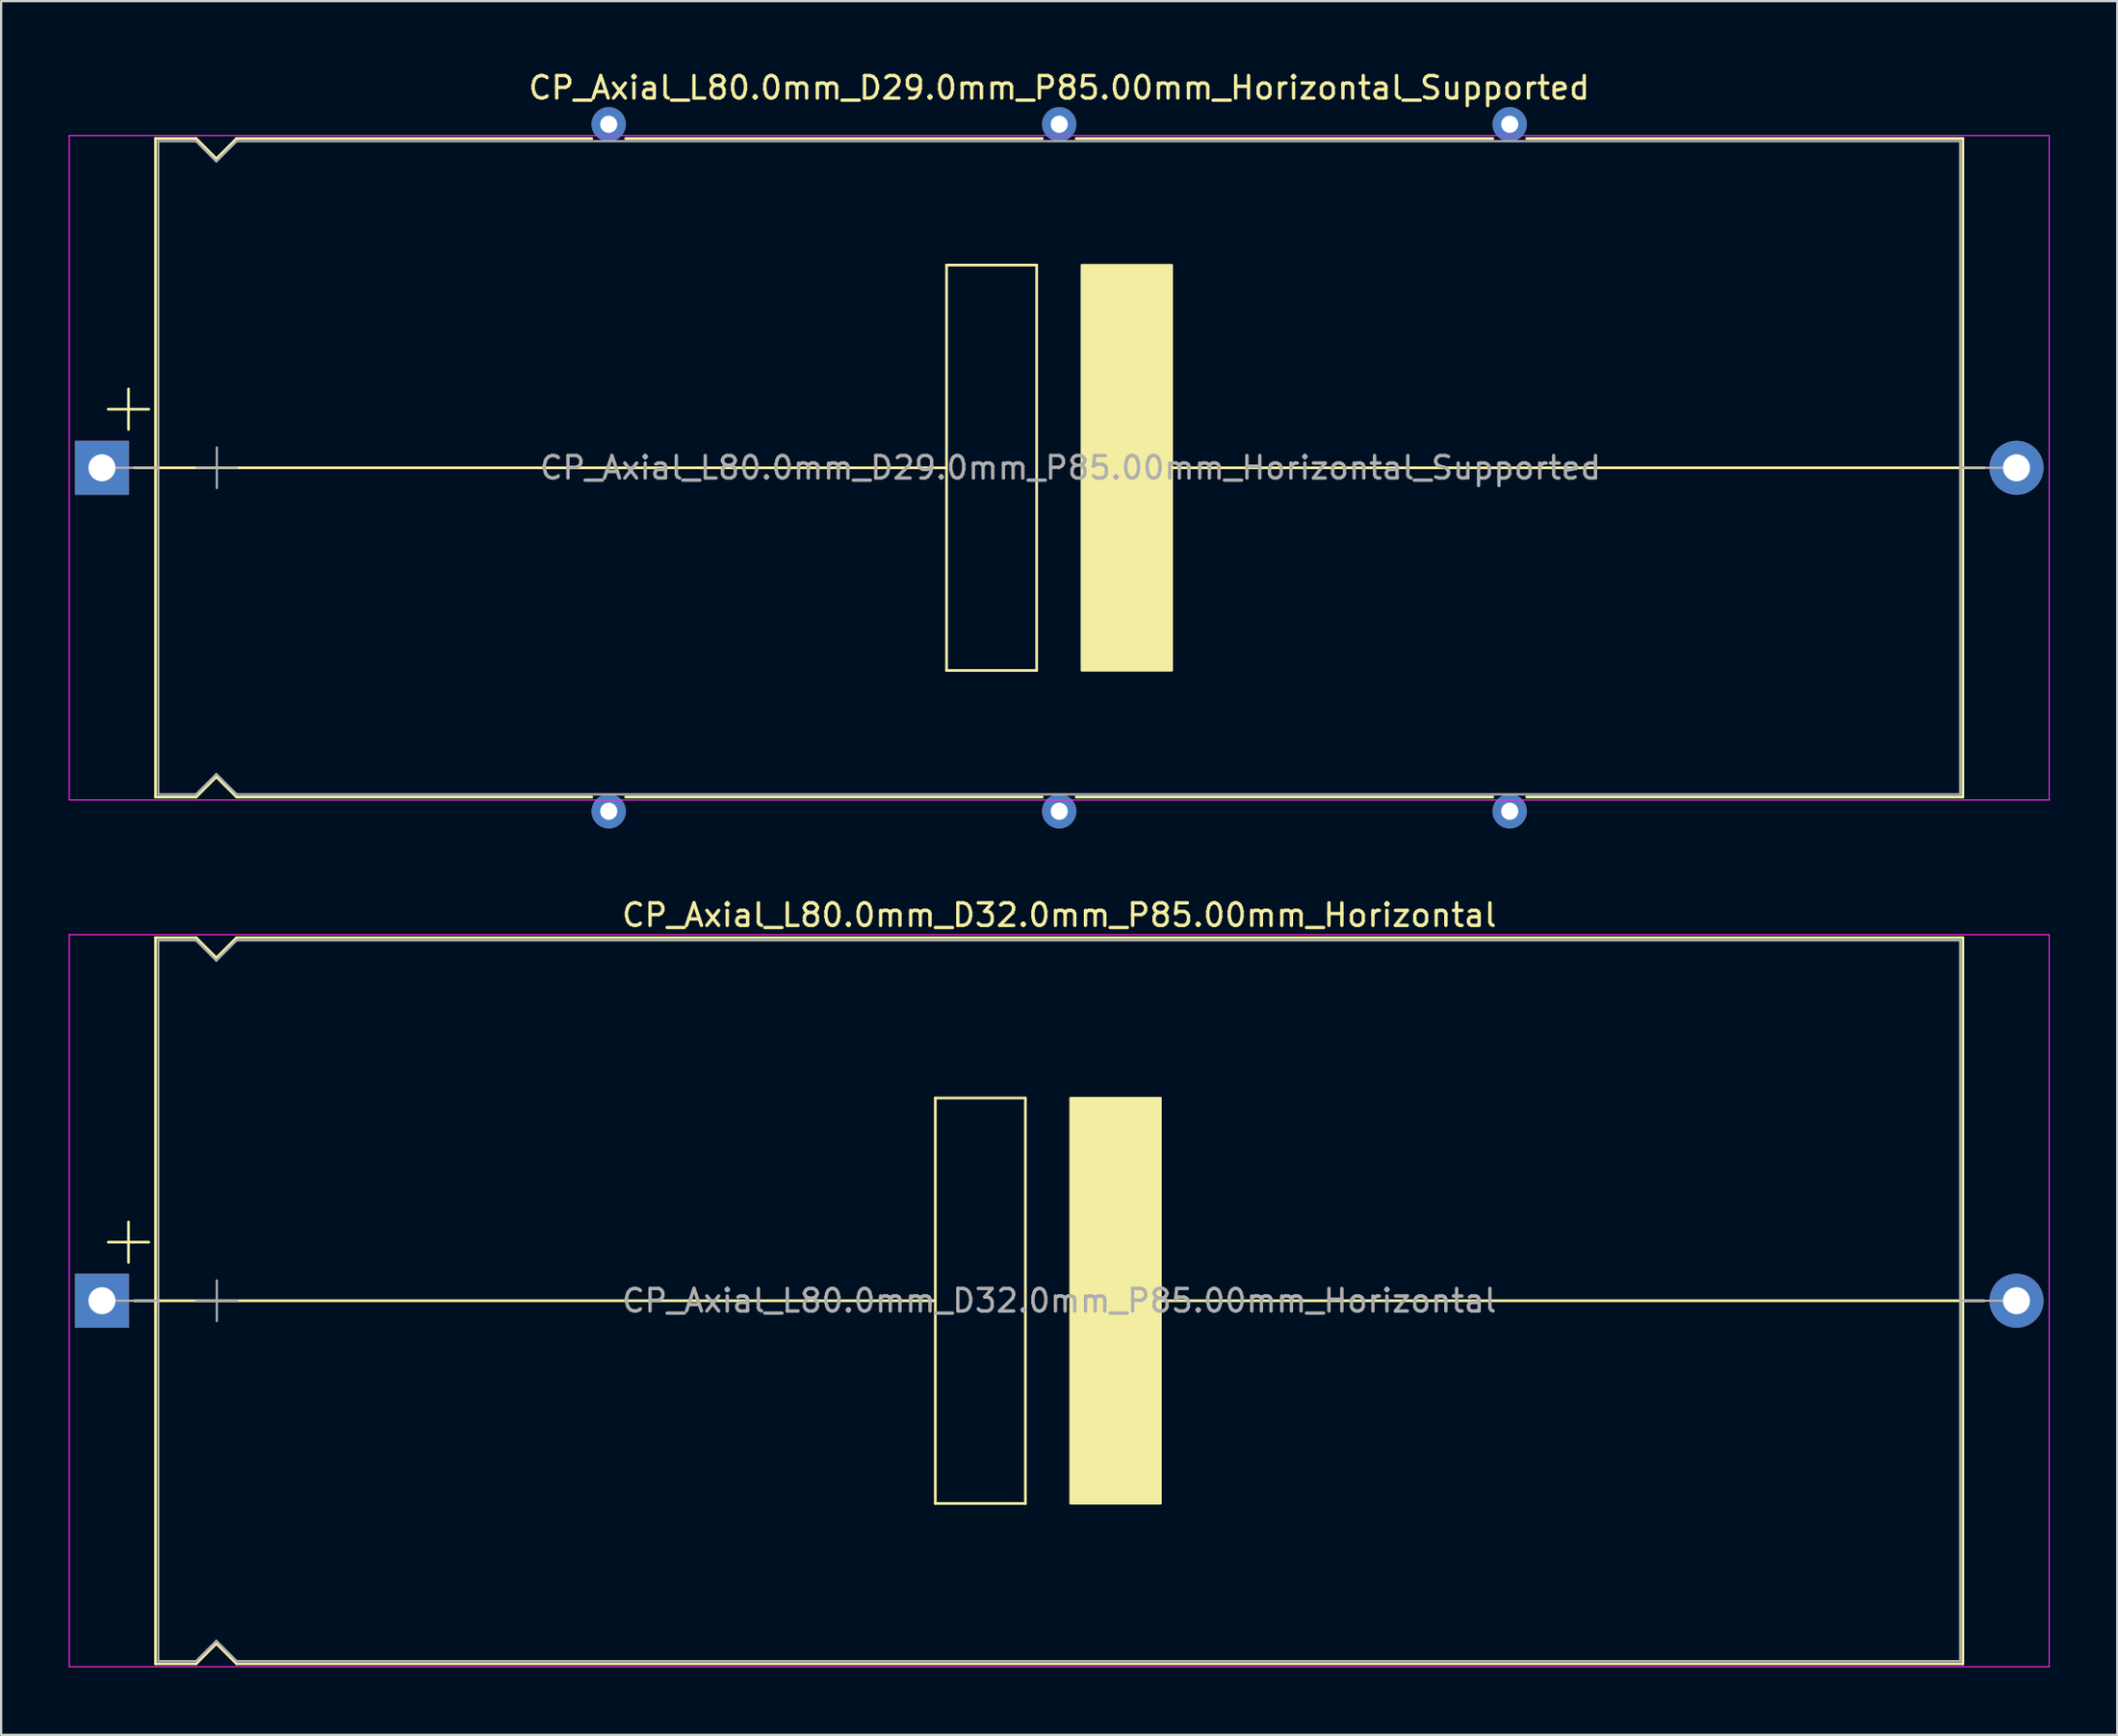
<source format=kicad_pcb>
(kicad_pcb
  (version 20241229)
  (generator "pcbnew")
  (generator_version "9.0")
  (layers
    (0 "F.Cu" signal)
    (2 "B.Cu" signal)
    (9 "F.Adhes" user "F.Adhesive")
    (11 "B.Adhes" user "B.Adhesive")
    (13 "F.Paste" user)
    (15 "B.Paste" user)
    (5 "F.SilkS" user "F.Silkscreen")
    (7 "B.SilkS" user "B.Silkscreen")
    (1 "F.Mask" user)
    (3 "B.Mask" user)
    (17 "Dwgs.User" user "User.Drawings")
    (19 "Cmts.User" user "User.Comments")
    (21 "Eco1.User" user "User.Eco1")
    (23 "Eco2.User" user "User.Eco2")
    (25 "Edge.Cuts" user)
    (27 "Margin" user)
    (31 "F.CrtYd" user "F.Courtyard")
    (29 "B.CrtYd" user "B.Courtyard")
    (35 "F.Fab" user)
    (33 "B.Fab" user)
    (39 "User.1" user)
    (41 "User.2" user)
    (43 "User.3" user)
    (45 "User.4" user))
  (footprint "CP_Axial_L80.0mm_D32.0mm_P85.00mm_Horizontal"
    (layer "F.Cu")
    (at 1.475 54.699)
    (property "Reference" "CP_Axial_L80.0mm_D32.0mm_P85.00mm_Horizontal" (at 42.5 -17.12 0) (layer "F.SilkS") (effects (font (size 1 1) (thickness 0.15))))
    (attr through_hole)
    (fp_line (start 0.28 -2.6) (end 2.08 -2.6) (stroke (width 0.12) (type solid)) (layer "F.SilkS"))
    (fp_line (start 1.18 -3.5) (end 1.18 -1.7) (stroke (width 0.12) (type solid)) (layer "F.SilkS"))
    (fp_line (start 1.44 0) (end 2.38 0) (stroke (width 0.12) (type solid)) (layer "F.SilkS"))
    (fp_line (start 2.38 -16.12) (end 2.38 16.12) (stroke (width 0.12) (type solid)) (layer "F.SilkS"))
    (fp_line (start 2.38 -16.12) (end 4.18 -16.12) (stroke (width 0.12) (type solid)) (layer "F.SilkS"))
    (fp_line (start 2.38 0) (end 37 0) (stroke (width 0.12) (type solid)) (layer "F.SilkS"))
    (fp_line (start 2.38 16.12) (end 4.18 16.12) (stroke (width 0.12) (type solid)) (layer "F.SilkS"))
    (fp_line (start 4.18 -16.12) (end 5.08 -15.22) (stroke (width 0.12) (type solid)) (layer "F.SilkS"))
    (fp_line (start 4.18 16.12) (end 5.08 15.22) (stroke (width 0.12) (type solid)) (layer "F.SilkS"))
    (fp_line (start 5.08 -15.22) (end 5.98 -16.12) (stroke (width 0.12) (type solid)) (layer "F.SilkS"))
    (fp_line (start 5.08 15.22) (end 5.98 16.12) (stroke (width 0.12) (type solid)) (layer "F.SilkS"))
    (fp_line (start 5.98 -16.12) (end 82.62 -16.12) (stroke (width 0.12) (type solid)) (layer "F.SilkS"))
    (fp_line (start 5.98 16.12) (end 82.62 16.12) (stroke (width 0.12) (type solid)) (layer "F.SilkS"))
    (fp_line (start 37 -9) (end 41 -9) (stroke (width 0.12) (type solid)) (layer "F.SilkS"))
    (fp_line (start 37 9) (end 37 -9) (stroke (width 0.12) (type solid)) (layer "F.SilkS"))
    (fp_line (start 41 -9) (end 41 9) (stroke (width 0.12) (type solid)) (layer "F.SilkS"))
    (fp_line (start 41 9) (end 37 9) (stroke (width 0.12) (type solid)) (layer "F.SilkS"))
    (fp_line (start 47 0) (end 82.62 0) (stroke (width 0.12) (type solid)) (layer "F.SilkS"))
    (fp_line (start 82.62 -16.12) (end 82.62 16.12) (stroke (width 0.12) (type solid)) (layer "F.SilkS"))
    (fp_line (start 83.56 0) (end 82.62 0) (stroke (width 0.12) (type solid)) (layer "F.SilkS"))
    (fp_poly (pts (xy 47 9) (xy 43 9) (xy 43 -9) (xy 47 -9)) (stroke (width 0.1) (type solid)) (fill yes) (layer "F.SilkS"))
    (fp_line (start -1.45 -16.25) (end -1.45 16.25) (stroke (width 0.05) (type solid)) (layer "F.CrtYd"))
    (fp_line (start -1.45 16.25) (end 86.45 16.25) (stroke (width 0.05) (type solid)) (layer "F.CrtYd"))
    (fp_line (start 86.45 -16.25) (end -1.45 -16.25) (stroke (width 0.05) (type solid)) (layer "F.CrtYd"))
    (fp_line (start 86.45 16.25) (end 86.45 -16.25) (stroke (width 0.05) (type solid)) (layer "F.CrtYd"))
    (fp_line (start 0 0) (end 2.5 0) (stroke (width 0.1) (type solid)) (layer "F.Fab"))
    (fp_line (start 2.5 -16) (end 2.5 16) (stroke (width 0.1) (type solid)) (layer "F.Fab"))
    (fp_line (start 2.5 -16) (end 4.18 -16) (stroke (width 0.1) (type solid)) (layer "F.Fab"))
    (fp_line (start 2.5 16) (end 4.18 16) (stroke (width 0.1) (type solid)) (layer "F.Fab"))
    (fp_line (start 4.18 -16) (end 5.08 -15.1) (stroke (width 0.1) (type solid)) (layer "F.Fab"))
    (fp_line (start 4.18 16) (end 5.08 15.1) (stroke (width 0.1) (type solid)) (layer "F.Fab"))
    (fp_line (start 4.2 0) (end 6 0) (stroke (width 0.1) (type solid)) (layer "F.Fab"))
    (fp_line (start 5.08 -15.1) (end 5.98 -16) (stroke (width 0.1) (type solid)) (layer "F.Fab"))
    (fp_line (start 5.08 15.1) (end 5.98 16) (stroke (width 0.1) (type solid)) (layer "F.Fab"))
    (fp_line (start 5.1 -0.9) (end 5.1 0.9) (stroke (width 0.1) (type solid)) (layer "F.Fab"))
    (fp_line (start 5.98 -16) (end 82.5 -16) (stroke (width 0.1) (type solid)) (layer "F.Fab"))
    (fp_line (start 5.98 16) (end 82.5 16) (stroke (width 0.1) (type solid)) (layer "F.Fab"))
    (fp_line (start 82.5 -16) (end 82.5 16) (stroke (width 0.1) (type solid)) (layer "F.Fab"))
    (fp_line (start 85 0) (end 82.5 0) (stroke (width 0.1) (type solid)) (layer "F.Fab"))
    (fp_text user "${REFERENCE}" (at 42.5 0 0) (layer "F.Fab") (effects (font (size 1 1) (thickness 0.15))))
    (pad "1" thru_hole rect (at 0 0) (size 2.4 2.4) (drill 1.2) (layers "*.Cu" "*.Mask"))
    (pad "2" thru_hole oval (at 85 0) (size 2.4 2.4) (drill 1.2) (layers "*.Cu" "*.Mask")))
  (footprint "CP_Axial_L80.0mm_D29.0mm_P85.00mm_Horizontal_Supported"
    (layer "F.Cu")
    (at 1.475 17.718)
    (property "Reference" "CP_Axial_L80.0mm_D29.0mm_P85.00mm_Horizontal_Supported" (at 42.5 -16.87 0) (layer "F.SilkS") (effects (font (size 1 1) (thickness 0.15))))
    (attr through_hole)
    (fp_line (start 0.28 -2.6) (end 2.08 -2.6) (stroke (width 0.12) (type solid)) (layer "F.SilkS"))
    (fp_line (start 1.18 -3.5) (end 1.18 -1.7) (stroke (width 0.12) (type solid)) (layer "F.SilkS"))
    (fp_line (start 1.44 0) (end 2.38 0) (stroke (width 0.12) (type solid)) (layer "F.SilkS"))
    (fp_line (start 2.38 -14.62) (end 2.38 14.62) (stroke (width 0.12) (type solid)) (layer "F.SilkS"))
    (fp_line (start 2.38 -14.62) (end 4.18 -14.62) (stroke (width 0.12) (type solid)) (layer "F.SilkS"))
    (fp_line (start 2.38 0) (end 37.5 0) (stroke (width 0.12) (type solid)) (layer "F.SilkS"))
    (fp_line (start 2.38 14.62) (end 4.18 14.62) (stroke (width 0.12) (type solid)) (layer "F.SilkS"))
    (fp_line (start 4.18 -14.62) (end 5.08 -13.72) (stroke (width 0.12) (type solid)) (layer "F.SilkS"))
    (fp_line (start 4.18 14.62) (end 5.08 13.72) (stroke (width 0.12) (type solid)) (layer "F.SilkS"))
    (fp_line (start 5.08 -13.72) (end 5.98 -14.62) (stroke (width 0.12) (type solid)) (layer "F.SilkS"))
    (fp_line (start 5.08 13.72) (end 5.98 14.62) (stroke (width 0.12) (type solid)) (layer "F.SilkS"))
    (fp_line (start 5.98 -14.62) (end 21.75 -14.62) (stroke (width 0.12) (type solid)) (layer "F.SilkS"))
    (fp_line (start 5.98 14.62) (end 21.75 14.62) (stroke (width 0.12) (type solid)) (layer "F.SilkS"))
    (fp_line (start 23.25 -14.62) (end 41.75 -14.62) (stroke (width 0.12) (type solid)) (layer "F.SilkS"))
    (fp_line (start 23.25 14.62) (end 41.75 14.62) (stroke (width 0.12) (type solid)) (layer "F.SilkS"))
    (fp_line (start 37.5 -9) (end 41.5 -9) (stroke (width 0.12) (type solid)) (layer "F.SilkS"))
    (fp_line (start 37.5 9) (end 37.5 -9) (stroke (width 0.12) (type solid)) (layer "F.SilkS"))
    (fp_line (start 41.5 -9) (end 41.5 9) (stroke (width 0.12) (type solid)) (layer "F.SilkS"))
    (fp_line (start 41.5 9) (end 37.5 9) (stroke (width 0.12) (type solid)) (layer "F.SilkS"))
    (fp_line (start 43.25 -14.62) (end 61.75 -14.62) (stroke (width 0.12) (type solid)) (layer "F.SilkS"))
    (fp_line (start 43.25 14.62) (end 61.75 14.62) (stroke (width 0.12) (type solid)) (layer "F.SilkS"))
    (fp_line (start 47 0) (end 82.62 0) (stroke (width 0.12) (type solid)) (layer "F.SilkS"))
    (fp_line (start 63.25 -14.62) (end 82.62 -14.62) (stroke (width 0.12) (type solid)) (layer "F.SilkS"))
    (fp_line (start 63.25 14.62) (end 82.62 14.62) (stroke (width 0.12) (type solid)) (layer "F.SilkS"))
    (fp_line (start 82.62 -14.62) (end 82.62 14.62) (stroke (width 0.12) (type solid)) (layer "F.SilkS"))
    (fp_line (start 83.56 0) (end 82.62 0) (stroke (width 0.12) (type solid)) (layer "F.SilkS"))
    (fp_poly (pts (xy 47.5 9) (xy 43.5 9) (xy 43.5 -9) (xy 47.5 -9)) (stroke (width 0.1) (type solid)) (fill yes) (layer "F.SilkS"))
    (fp_line (start -1.45 -14.75) (end -1.45 14.75) (stroke (width 0.05) (type solid)) (layer "F.CrtYd"))
    (fp_line (start -1.45 14.75) (end 86.45 14.75) (stroke (width 0.05) (type solid)) (layer "F.CrtYd"))
    (fp_line (start 86.45 -14.75) (end -1.45 -14.75) (stroke (width 0.05) (type solid)) (layer "F.CrtYd"))
    (fp_line (start 86.45 14.75) (end 86.45 -14.75) (stroke (width 0.05) (type solid)) (layer "F.CrtYd"))
    (fp_line (start 0 0) (end 2.5 0) (stroke (width 0.1) (type solid)) (layer "F.Fab"))
    (fp_line (start 2.5 -14.5) (end 2.5 14.5) (stroke (width 0.1) (type solid)) (layer "F.Fab"))
    (fp_line (start 2.5 -14.5) (end 4.18 -14.5) (stroke (width 0.1) (type solid)) (layer "F.Fab"))
    (fp_line (start 2.5 14.5) (end 4.18 14.5) (stroke (width 0.1) (type solid)) (layer "F.Fab"))
    (fp_line (start 4.18 -14.5) (end 5.08 -13.6) (stroke (width 0.1) (type solid)) (layer "F.Fab"))
    (fp_line (start 4.18 14.5) (end 5.08 13.6) (stroke (width 0.1) (type solid)) (layer "F.Fab"))
    (fp_line (start 4.2 0) (end 6 0) (stroke (width 0.1) (type solid)) (layer "F.Fab"))
    (fp_line (start 5.08 -13.6) (end 5.98 -14.5) (stroke (width 0.1) (type solid)) (layer "F.Fab"))
    (fp_line (start 5.08 13.6) (end 5.98 14.5) (stroke (width 0.1) (type solid)) (layer "F.Fab"))
    (fp_line (start 5.1 -0.9) (end 5.1 0.9) (stroke (width 0.1) (type solid)) (layer "F.Fab"))
    (fp_line (start 5.98 -14.5) (end 82.5 -14.5) (stroke (width 0.1) (type solid)) (layer "F.Fab"))
    (fp_line (start 5.98 14.5) (end 82.5 14.5) (stroke (width 0.1) (type solid)) (layer "F.Fab"))
    (fp_line (start 82.5 -14.5) (end 82.5 14.5) (stroke (width 0.1) (type solid)) (layer "F.Fab"))
    (fp_line (start 85 0) (end 82.5 0) (stroke (width 0.1) (type solid)) (layer "F.Fab"))
    (fp_text user "${REFERENCE}" (at 43 0 0) (layer "F.Fab") (effects (font (size 1 1) (thickness 0.15))))
    (pad "" thru_hole circle (at 22.5 -15.25) (size 1.524 1.524) (drill 0.762) (layers "*.Cu" "*.Mask"))
    (pad "" thru_hole circle (at 22.5 15.25) (size 1.524 1.524) (drill 0.762) (layers "*.Cu" "*.Mask"))
    (pad "" thru_hole circle (at 42.5 -15.25) (size 1.524 1.524) (drill 0.762) (layers "*.Cu" "*.Mask"))
    (pad "" thru_hole circle (at 42.5 15.25) (size 1.524 1.524) (drill 0.762) (layers "*.Cu" "*.Mask"))
    (pad "" thru_hole circle (at 62.5 -15.25) (size 1.524 1.524) (drill 0.762) (layers "*.Cu" "*.Mask"))
    (pad "" thru_hole circle (at 62.5 15.25) (size 1.524 1.524) (drill 0.762) (layers "*.Cu" "*.Mask"))
    (pad "1" thru_hole rect (at 0 0) (size 2.4 2.4) (drill 1.2) (layers "*.Cu" "*.Mask"))
    (pad "2" thru_hole oval (at 85 0) (size 2.4 2.4) (drill 1.2) (layers "*.Cu" "*.Mask")))
  (gr_rect
    (start -3 -3)
    (end 90.95 73.974)
    (stroke (width 0.1) (type default))
    (fill no)
    (layer "Edge.Cuts")))
</source>
